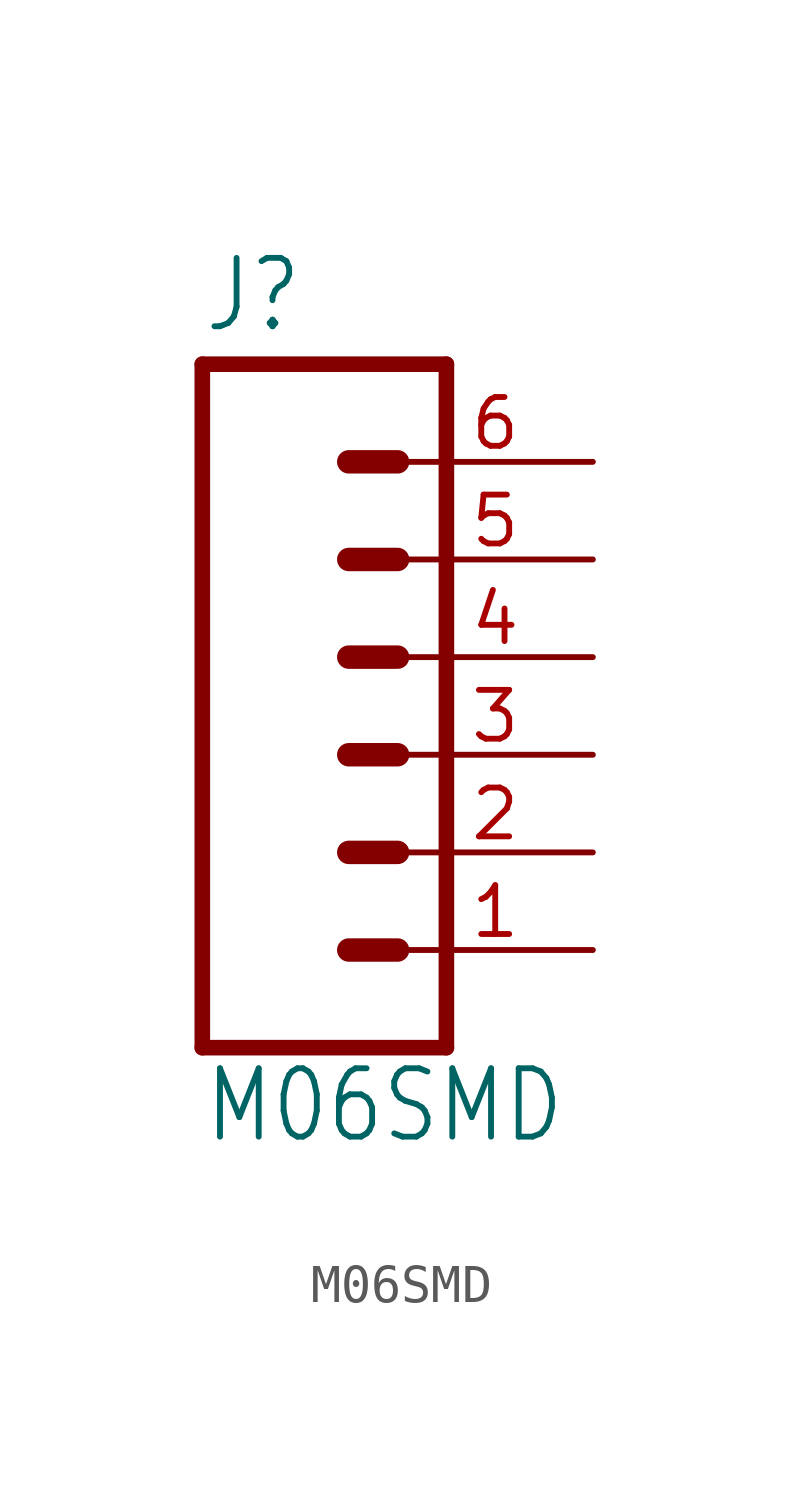
<source format=kicad_sym>
(kicad_symbol_lib
  (version 20220914)
  (generator kicad_symbol_editor)
  (symbol "M06SMD"
    (property "Reference" "J"
      (at -5.08 10.922 0)
      (effects (font (size 1.778 1.511)) (justify left bottom)))
    (property "Value" "M06SMD"
      (at -5.08 -10.16 0)
      (effects (font (size 1.778 1.511)) (justify left bottom)))
    (property "ki_locked" ""
      (at 0 0 0)
      (effects (font (size 1.27 1.27))))
    (symbol "M06SMD_1_0"
      (polyline (pts (xy -5.08 10.16) (xy -5.08 -7.62)) (stroke (width 0.406) (type default)) (fill (type none)))
      (polyline (pts (xy -5.08 10.16) (xy 1.27 10.16)) (stroke (width 0.406) (type default)) (fill (type none)))
      (polyline (pts (xy -1.27 -5.08) (xy 0 -5.08)) (stroke (width 0.61) (type default)) (fill (type none)))
      (polyline (pts (xy -1.27 -2.54) (xy 0 -2.54)) (stroke (width 0.61) (type default)) (fill (type none)))
      (polyline (pts (xy -1.27 0) (xy 0 0)) (stroke (width 0.61) (type default)) (fill (type none)))
      (polyline (pts (xy -1.27 2.54) (xy 0 2.54)) (stroke (width 0.61) (type default)) (fill (type none)))
      (polyline (pts (xy -1.27 5.08) (xy 0 5.08)) (stroke (width 0.61) (type default)) (fill (type none)))
      (polyline (pts (xy -1.27 7.62) (xy 0 7.62)) (stroke (width 0.61) (type default)) (fill (type none)))
      (polyline (pts (xy 1.27 -7.62) (xy -5.08 -7.62)) (stroke (width 0.406) (type default)) (fill (type none)))
      (polyline (pts (xy 1.27 -7.62) (xy 1.27 10.16)) (stroke (width 0.406) (type default)) (fill (type none)))
      (pin passive line (at 5.08 -5.08 180) (length 5.08) (name "1" (effects (font (size 0 0)))) (number "1" (effects (font (size 1.27 1.27)))))
      (pin passive line (at 5.08 -2.54 180) (length 5.08) (name "2" (effects (font (size 0 0)))) (number "2" (effects (font (size 1.27 1.27)))))
      (pin passive line (at 5.08 0 180) (length 5.08) (name "3" (effects (font (size 0 0)))) (number "3" (effects (font (size 1.27 1.27)))))
      (pin passive line (at 5.08 2.54 180) (length 5.08) (name "4" (effects (font (size 0 0)))) (number "4" (effects (font (size 1.27 1.27)))))
      (pin passive line (at 5.08 5.08 180) (length 5.08) (name "5" (effects (font (size 0 0)))) (number "5" (effects (font (size 1.27 1.27)))))
      (pin passive line (at 5.08 7.62 180) (length 5.08) (name "6" (effects (font (size 0 0)))) (number "6" (effects (font (size 1.27 1.27))))))))
</source>
